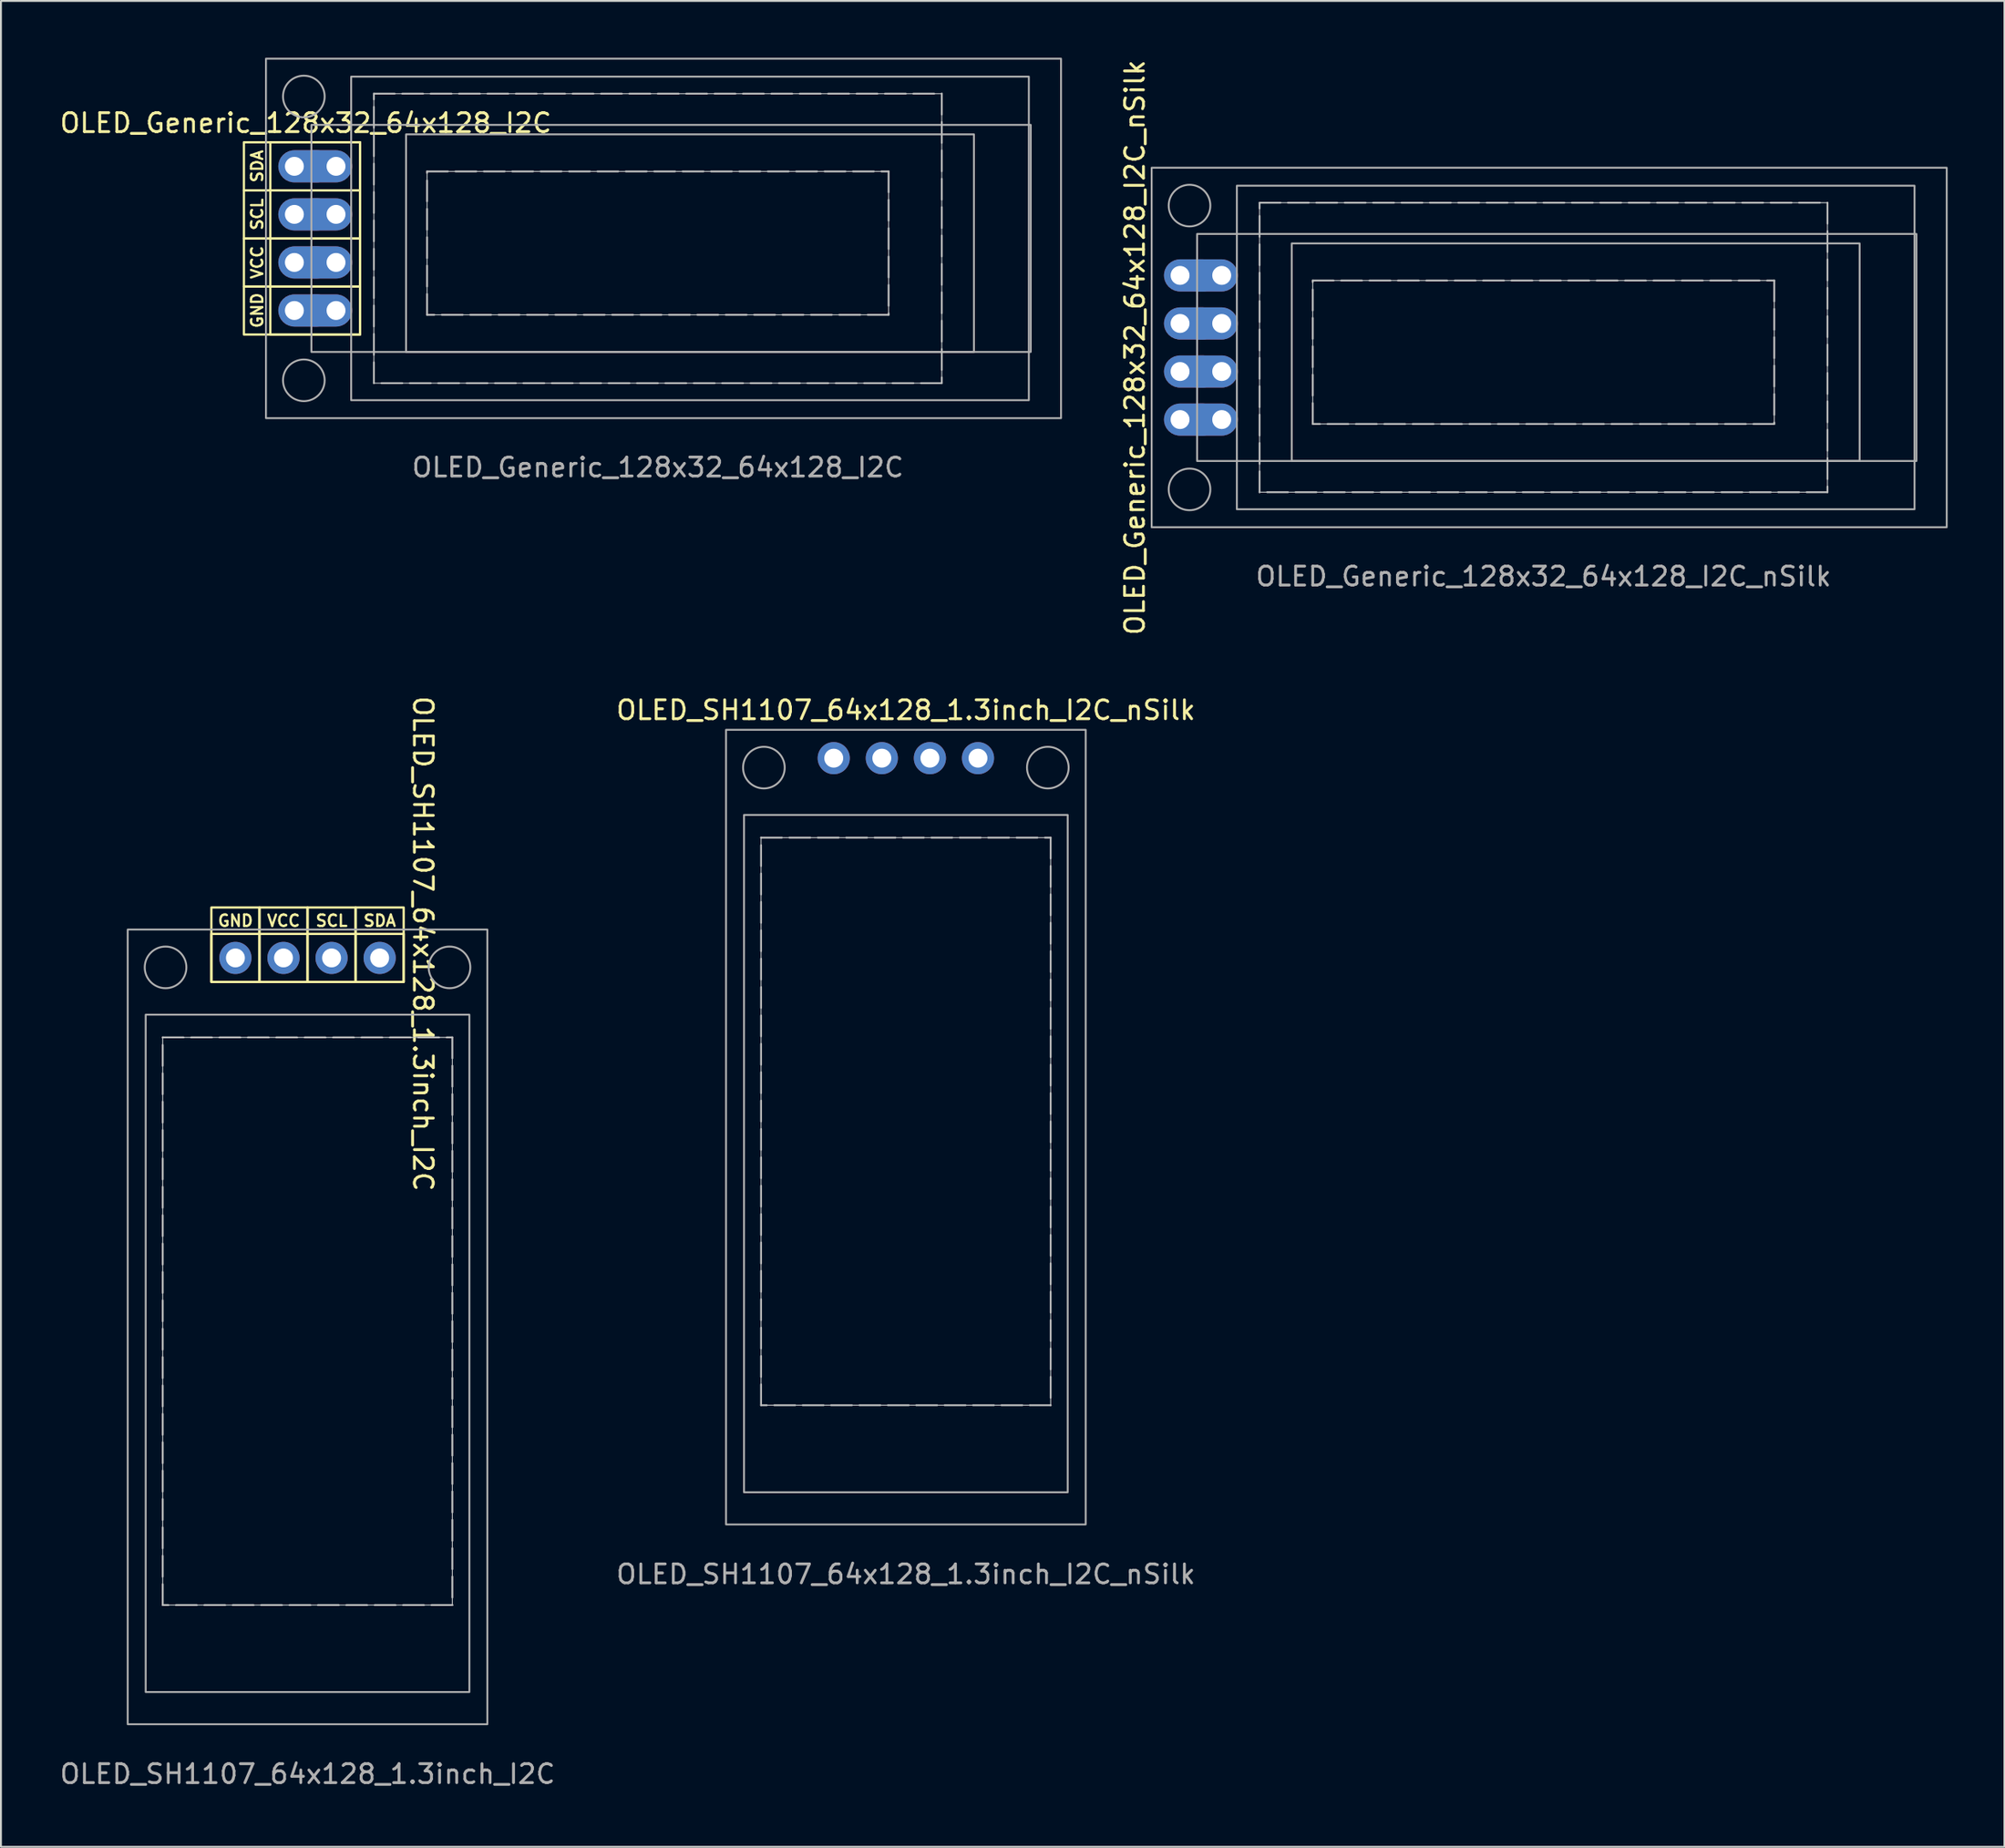
<source format=kicad_pcb>
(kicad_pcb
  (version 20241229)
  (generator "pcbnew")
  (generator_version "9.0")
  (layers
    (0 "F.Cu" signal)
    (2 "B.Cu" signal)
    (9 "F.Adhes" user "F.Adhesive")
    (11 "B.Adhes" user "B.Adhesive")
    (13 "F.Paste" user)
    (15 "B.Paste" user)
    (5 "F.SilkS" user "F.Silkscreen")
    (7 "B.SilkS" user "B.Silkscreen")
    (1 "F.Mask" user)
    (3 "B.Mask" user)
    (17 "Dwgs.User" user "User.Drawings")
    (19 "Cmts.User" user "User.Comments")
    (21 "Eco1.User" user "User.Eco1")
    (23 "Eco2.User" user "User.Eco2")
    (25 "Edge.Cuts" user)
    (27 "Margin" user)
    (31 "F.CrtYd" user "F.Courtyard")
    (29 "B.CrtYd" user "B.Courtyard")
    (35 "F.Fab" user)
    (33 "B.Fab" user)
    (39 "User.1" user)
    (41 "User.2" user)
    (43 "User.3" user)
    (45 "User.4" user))
  (footprint "OLED_SH1107_64x128_1.3inch_I2C_nSilk"
    (layer "F.Cu")
    (at 44.804 56.219)
    (property "Reference" "OLED_SH1107_64x128_1.3inch_I2C_nSilk" (at 0 -21.74 0) (unlocked yes) (layer "F.SilkS") (effects (font (size 1 1) (thickness 0.15))))
    (attr through_hole)
    (fp_rect (start -7.65 -15) (end 7.65 15) (stroke (width 0.05) (type solid)) (fill no) (layer "Dwgs.User"))
    (fp_rect (start -9.5 -20.7) (end 9.5 21.3) (stroke (width 0.1) (type default)) (fill no) (layer "F.Fab"))
    (fp_rect (start -8.55 -16.2) (end 8.55 19.6) (stroke (width 0.1) (type default)) (fill no) (layer "F.Fab"))
    (fp_rect (start -7.65 -15) (end 7.65 15) (stroke (width 0.1) (type dash)) (fill no) (layer "F.Fab"))
    (fp_circle (center -7.5 -18.7) (end -7.5 -19.8) (stroke (width 0.1) (type default)) (fill no) (layer "F.Fab"))
    (fp_circle (center 7.5 -18.7) (end 7.5 -19.8) (stroke (width 0.1) (type default)) (fill no) (layer "F.Fab"))
    (fp_text user "${REFERENCE}" (at 0 23.93 0) (unlocked yes) (layer "F.Fab") (effects (font (size 1 1) (thickness 0.15))))
    (pad "1" thru_hole circle (at -3.81 -19.2 180) (size 1.7 1.7) (drill 1) (layers "*.Cu" "*.Mask"))
    (pad "2" thru_hole circle (at -1.27 -19.2 180) (size 1.7 1.7) (drill 1) (layers "*.Cu" "*.Mask"))
    (pad "3" thru_hole circle (at 1.27 -19.2 180) (size 1.7 1.7) (drill 1) (layers "*.Cu" "*.Mask"))
    (pad "4" thru_hole circle (at 3.81 -19.2 180) (size 1.7 1.7) (drill 1) (layers "*.Cu" "*.Mask")))
  (footprint "OLED_Generic_128x32_64x128_I2C_nSilk"
    (layer "F.Cu")
    (at 78.489 15.315)
    (property "Reference" "OLED_Generic_128x32_64x128_I2C_nSilk" (at -21.59 0 270) (layer "F.SilkS") (effects (font (size 1 1) (thickness 0.15))))
    (attr through_hole)
    (fp_rect (start -15 -7.65) (end 15 7.65) (stroke (width 0.05) (type solid)) (fill no) (layer "Dwgs.User"))
    (fp_rect (start -12.19 -3.54) (end 12.19 4.04) (stroke (width 0.05) (type default)) (fill no) (layer "Dwgs.User"))
    (fp_rect (start -20.7 -9.5) (end 21.3 9.5) (stroke (width 0.1) (type default)) (fill no) (layer "F.Fab"))
    (fp_rect (start -18.3 -6) (end 19.7 6) (stroke (width 0.1) (type default)) (fill no) (layer "F.Fab"))
    (fp_rect (start -16.2 -8.55) (end 19.6 8.55) (stroke (width 0.1) (type default)) (fill no) (layer "F.Fab"))
    (fp_rect (start -15 -7.65) (end 15 7.65) (stroke (width 0.1) (type dash)) (fill no) (layer "F.Fab"))
    (fp_rect (start -13.3 -5.5) (end 16.7 6) (stroke (width 0.1) (type default)) (fill no) (layer "F.Fab"))
    (fp_rect (start -12.19 -3.54) (end 12.19 4.04) (stroke (width 0.1) (type dash)) (fill no) (layer "F.Fab"))
    (fp_circle (center -18.7 -7.5) (end -19.8 -7.5) (stroke (width 0.1) (type default)) (fill no) (layer "F.Fab"))
    (fp_circle (center -18.7 7.5) (end -19.8 7.5) (stroke (width 0.1) (type default)) (fill no) (layer "F.Fab"))
    (fp_text user "${REFERENCE}" (at 0 12.1 0) (unlocked yes) (layer "F.Fab") (effects (font (size 1 1) (thickness 0.15))))
    (pad "1" thru_hole roundrect (at -19.2 3.81 270) (size 1.7 2.9) (drill 1 (offset 0 -0.6)) (layers "*.Cu" "*.Mask") (roundrect_rratio 0.5))
    (pad "1" thru_hole roundrect (at -17 3.81 270) (size 1.7 2.9) (drill 1 (offset 0 0.6)) (layers "*.Cu" "*.Mask") (roundrect_rratio 0.5))
    (pad "2" thru_hole roundrect (at -19.2 1.27 270) (size 1.7 2.9) (drill 1 (offset 0 -0.6)) (layers "*.Cu" "*.Mask") (roundrect_rratio 0.5))
    (pad "2" thru_hole roundrect (at -17 1.27 270) (size 1.7 2.9) (drill 1 (offset 0 0.6)) (layers "*.Cu" "*.Mask") (roundrect_rratio 0.5))
    (pad "3" thru_hole roundrect (at -19.2 -1.27 270) (size 1.7 2.9) (drill 1 (offset 0 -0.6)) (layers "*.Cu" "*.Mask") (roundrect_rratio 0.5))
    (pad "3" thru_hole roundrect (at -17 -1.27 270) (size 1.7 2.9) (drill 1 (offset 0 0.6)) (layers "*.Cu" "*.Mask") (roundrect_rratio 0.5))
    (pad "4" thru_hole roundrect (at -19.2 -3.81 270) (size 1.7 2.9) (drill 1 (offset 0 -0.6)) (layers "*.Cu" "*.Mask") (roundrect_rratio 0.5))
    (pad "4" thru_hole roundrect (at -17 -3.81 270) (size 1.7 2.9) (drill 1 (offset 0 0.6)) (layers "*.Cu" "*.Mask") (roundrect_rratio 0.5)))
  (footprint "OLED_Generic_128x32_64x128_I2C"
    (layer "F.Cu")
    (at 31.701 9.55)
    (property "Reference" "OLED_Generic_128x32_64x128_I2C" (at -18.6 -6.1 180) (layer "F.SilkS") (effects (font (size 1 1) (thickness 0.15))))
    (attr through_hole)
    (fp_rect (start -21.867 -5.08) (end -15.73 -2.54) (stroke (width 0.12) (type default)) (fill no) (layer "F.SilkS"))
    (fp_rect (start -21.867 -2.54) (end -15.73 0) (stroke (width 0.12) (type default)) (fill no) (layer "F.SilkS"))
    (fp_rect (start -21.867 0) (end -15.73 2.54) (stroke (width 0.12) (type default)) (fill no) (layer "F.SilkS"))
    (fp_rect (start -21.867 2.54) (end -15.73 5.08) (stroke (width 0.12) (type default)) (fill no) (layer "F.SilkS"))
    (fp_rect (start -20.47 -5.08) (end -15.73 5.08) (stroke (width 0.12) (type default)) (fill no) (layer "F.SilkS"))
    (fp_rect (start -15 -7.65) (end 15 7.65) (stroke (width 0.05) (type solid)) (fill no) (layer "Dwgs.User"))
    (fp_rect (start -12.19 -3.54) (end 12.19 4.04) (stroke (width 0.05) (type default)) (fill no) (layer "Dwgs.User"))
    (fp_rect (start -20.7 -9.5) (end 21.3 9.5) (stroke (width 0.1) (type default)) (fill no) (layer "F.Fab"))
    (fp_rect (start -18.3 -6) (end 19.7 6) (stroke (width 0.1) (type default)) (fill no) (layer "F.Fab"))
    (fp_rect (start -16.2 -8.55) (end 19.6 8.55) (stroke (width 0.1) (type default)) (fill no) (layer "F.Fab"))
    (fp_rect (start -15 -7.65) (end 15 7.65) (stroke (width 0.1) (type dash)) (fill no) (layer "F.Fab"))
    (fp_rect (start -13.3 -5.5) (end 16.7 6) (stroke (width 0.1) (type default)) (fill no) (layer "F.Fab"))
    (fp_rect (start -12.19 -3.54) (end 12.19 4.04) (stroke (width 0.1) (type dash)) (fill no) (layer "F.Fab"))
    (fp_circle (center -18.7 -7.5) (end -19.8 -7.5) (stroke (width 0.1) (type default)) (fill no) (layer "F.Fab"))
    (fp_circle (center -18.7 7.5) (end -19.8 7.5) (stroke (width 0.1) (type default)) (fill no) (layer "F.Fab"))
    (fp_text user "GND" (at -20.814 3.806 90) (layer "F.SilkS") (effects (font (size 0.6 0.6) (thickness 0.12) (bold yes)) (justify bottom)))
    (fp_text user "VCC" (at -20.814 1.266 90) (layer "F.SilkS") (effects (font (size 0.6 0.6) (thickness 0.12) (bold yes)) (justify bottom)))
    (fp_text user "SDA" (at -20.814 -3.814 90) (layer "F.SilkS") (effects (font (size 0.6 0.6) (thickness 0.12) (bold yes)) (justify bottom)))
    (fp_text user "SCL" (at -20.814 -1.274 90) (layer "F.SilkS") (effects (font (size 0.6 0.6) (thickness 0.12) (bold yes)) (justify bottom)))
    (fp_text user "${REFERENCE}" (at 0 12.1 0) (unlocked yes) (layer "F.Fab") (effects (font (size 1 1) (thickness 0.15))))
    (pad "1" thru_hole roundrect (at -19.2 -3.81 270) (size 1.7 2.9) (drill 1 (offset 0 -0.6)) (layers "*.Cu" "*.Mask") (roundrect_rratio 0.5))
    (pad "1" thru_hole roundrect (at -17 -3.81 270) (size 1.7 2.9) (drill 1 (offset 0 0.6)) (layers "*.Cu" "*.Mask") (roundrect_rratio 0.5))
    (pad "2" thru_hole roundrect (at -19.2 -1.27 270) (size 1.7 2.9) (drill 1 (offset 0 -0.6)) (layers "*.Cu" "*.Mask") (roundrect_rratio 0.5))
    (pad "2" thru_hole roundrect (at -17 -1.27 270) (size 1.7 2.9) (drill 1 (offset 0 0.6)) (layers "*.Cu" "*.Mask") (roundrect_rratio 0.5))
    (pad "3" thru_hole roundrect (at -19.2 1.27 270) (size 1.7 2.9) (drill 1 (offset 0 -0.6)) (layers "*.Cu" "*.Mask") (roundrect_rratio 0.5))
    (pad "3" thru_hole roundrect (at -17 1.27 270) (size 1.7 2.9) (drill 1 (offset 0 0.6)) (layers "*.Cu" "*.Mask") (roundrect_rratio 0.5))
    (pad "4" thru_hole roundrect (at -19.2 3.81 270) (size 1.7 2.9) (drill 1 (offset 0 -0.6)) (layers "*.Cu" "*.Mask") (roundrect_rratio 0.5))
    (pad "4" thru_hole roundrect (at -17 3.81 270) (size 1.7 2.9) (drill 1 (offset 0 0.6)) (layers "*.Cu" "*.Mask") (roundrect_rratio 0.5)))
  (footprint "OLED_SH1107_64x128_1.3inch_I2C"
    (layer "F.Cu")
    (at 13.196 66.777)
    (property "Reference" "OLED_SH1107_64x128_1.3inch_I2C" (at 6.1 -19.95 270) (unlocked yes) (layer "F.SilkS") (effects (font (size 1 1) (thickness 0.15))))
    (attr through_hole)
    (fp_rect (start -5.08 -21.867) (end -2.54 -17.93) (stroke (width 0.12) (type default)) (fill no) (layer "F.SilkS"))
    (fp_rect (start -5.08 -20.47) (end 5.08 -17.93) (stroke (width 0.12) (type default)) (fill no) (layer "F.SilkS"))
    (fp_rect (start -2.54 -21.867) (end 0 -17.93) (stroke (width 0.12) (type default)) (fill no) (layer "F.SilkS"))
    (fp_rect (start 0 -21.867) (end 2.54 -17.93) (stroke (width 0.12) (type default)) (fill no) (layer "F.SilkS"))
    (fp_rect (start 2.54 -21.867) (end 5.08 -17.93) (stroke (width 0.12) (type default)) (fill no) (layer "F.SilkS"))
    (fp_rect (start -7.65 -15) (end 7.65 15) (stroke (width 0.05) (type solid)) (fill no) (layer "Dwgs.User"))
    (fp_rect (start -9.5 -20.7) (end 9.5 21.3) (stroke (width 0.1) (type default)) (fill no) (layer "F.Fab"))
    (fp_rect (start -8.55 -16.2) (end 8.55 19.6) (stroke (width 0.1) (type default)) (fill no) (layer "F.Fab"))
    (fp_rect (start -7.65 -15) (end 7.65 15) (stroke (width 0.1) (type dash)) (fill no) (layer "F.Fab"))
    (fp_circle (center -7.5 -18.7) (end -7.5 -19.8) (stroke (width 0.1) (type default)) (fill no) (layer "F.Fab"))
    (fp_circle (center 7.5 -18.7) (end 7.5 -19.8) (stroke (width 0.1) (type default)) (fill no) (layer "F.Fab"))
    (fp_text user "GND" (at -3.806 -20.814 0) (layer "F.SilkS") (effects (font (size 0.6 0.6) (thickness 0.12) (bold yes)) (justify bottom)))
    (fp_text user "SDA" (at 3.814 -20.814 0) (layer "F.SilkS") (effects (font (size 0.6 0.6) (thickness 0.12) (bold yes)) (justify bottom)))
    (fp_text user "VCC" (at -1.266 -20.814 0) (layer "F.SilkS") (effects (font (size 0.6 0.6) (thickness 0.12) (bold yes)) (justify bottom)))
    (fp_text user "SCL" (at 1.274 -20.814 0) (layer "F.SilkS") (effects (font (size 0.6 0.6) (thickness 0.12) (bold yes)) (justify bottom)))
    (fp_text user "${REFERENCE}" (at 0 23.93 0) (unlocked yes) (layer "F.Fab") (effects (font (size 1 1) (thickness 0.15))))
    (pad "1" thru_hole circle (at 3.81 -19.2 180) (size 1.7 1.7) (drill 1) (layers "*.Cu" "*.Mask"))
    (pad "2" thru_hole circle (at 1.27 -19.2 180) (size 1.7 1.7) (drill 1) (layers "*.Cu" "*.Mask"))
    (pad "3" thru_hole circle (at -1.27 -19.2 180) (size 1.7 1.7) (drill 1) (layers "*.Cu" "*.Mask"))
    (pad "4" thru_hole circle (at -3.81 -19.2 180) (size 1.7 1.7) (drill 1) (layers "*.Cu" "*.Mask")))
  (gr_rect
    (start -3 -3)
    (end 102.839 94.556)
    (stroke (width 0.1) (type default))
    (fill no)
    (layer "Edge.Cuts")))
</source>
